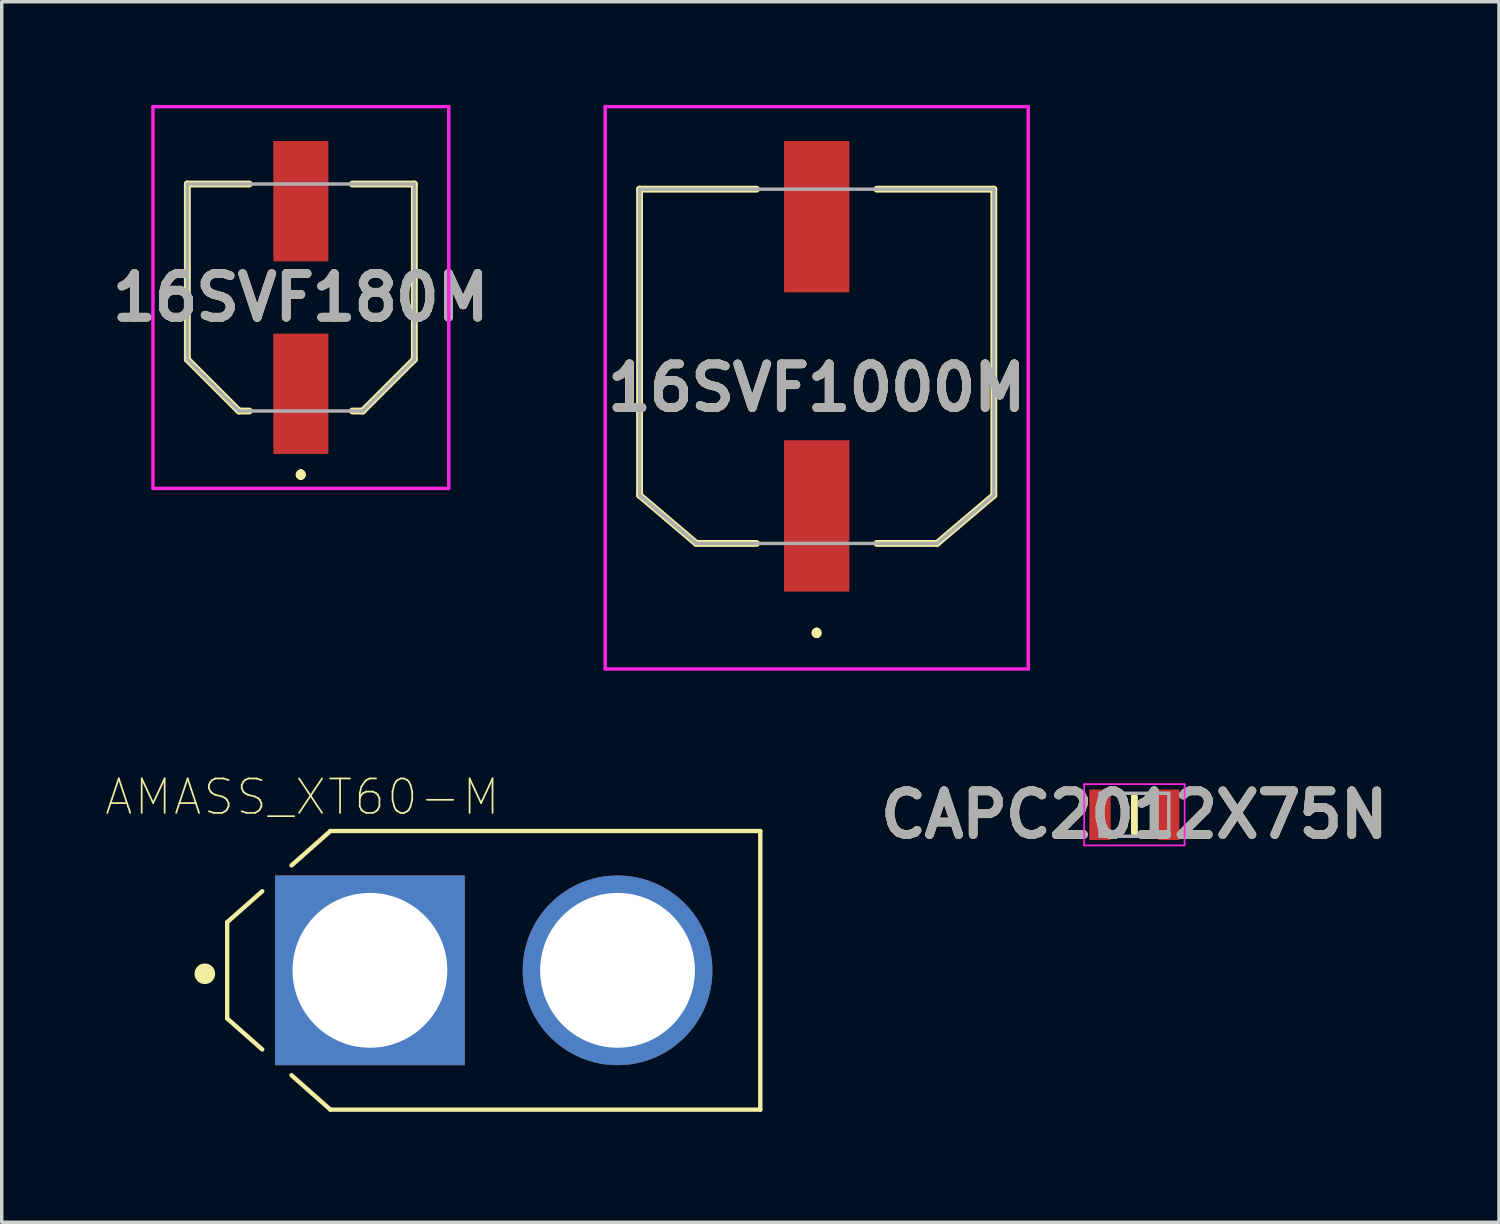
<source format=kicad_pcb>
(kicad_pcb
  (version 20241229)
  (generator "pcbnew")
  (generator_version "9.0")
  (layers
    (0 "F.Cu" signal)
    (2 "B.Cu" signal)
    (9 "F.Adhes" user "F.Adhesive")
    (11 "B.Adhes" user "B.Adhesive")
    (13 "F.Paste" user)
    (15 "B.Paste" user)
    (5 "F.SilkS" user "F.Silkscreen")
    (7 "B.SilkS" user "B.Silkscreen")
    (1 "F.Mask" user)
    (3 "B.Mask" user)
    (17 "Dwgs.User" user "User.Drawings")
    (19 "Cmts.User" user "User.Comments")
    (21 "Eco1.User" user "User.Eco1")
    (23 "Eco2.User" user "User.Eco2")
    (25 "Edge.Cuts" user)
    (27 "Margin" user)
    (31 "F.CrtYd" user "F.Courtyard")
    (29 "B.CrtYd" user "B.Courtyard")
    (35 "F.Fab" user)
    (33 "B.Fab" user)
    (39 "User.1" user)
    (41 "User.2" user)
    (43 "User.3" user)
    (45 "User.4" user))
  (footprint "16SVF180M"
    (layer "F.Cu")
    (at 5.697 5.6)
    (property "Reference" "16SVF180M" (at 0 0 0) (layer "F.SilkS") (effects (font (size 1.27 1.27) (thickness 0.254))))
    (attr smd)
    (fp_line (start -3.3 -3.3) (end -3.3 1.8) (stroke (width 0.2) (type solid)) (layer "F.SilkS"))
    (fp_line (start -3.3 1.8) (end -1.8 3.3) (stroke (width 0.2) (type solid)) (layer "F.SilkS"))
    (fp_line (start -1.8 3.3) (end -1.5 3.3) (stroke (width 0.2) (type solid)) (layer "F.SilkS"))
    (fp_line (start -1.5 -3.3) (end -3.3 -3.3) (stroke (width 0.2) (type solid)) (layer "F.SilkS"))
    (fp_line (start 0 5.1) (end 0 5.1) (stroke (width 0.2) (type solid)) (layer "F.SilkS"))
    (fp_line (start 0 5.1) (end 0 5.1) (stroke (width 0.2) (type solid)) (layer "F.SilkS"))
    (fp_line (start 0 5.2) (end 0 5.2) (stroke (width 0.2) (type solid)) (layer "F.SilkS"))
    (fp_line (start 1.5 3.3) (end 1.8 3.3) (stroke (width 0.2) (type solid)) (layer "F.SilkS"))
    (fp_line (start 1.8 3.3) (end 3.3 1.8) (stroke (width 0.2) (type solid)) (layer "F.SilkS"))
    (fp_line (start 3.3 -3.3) (end 1.5 -3.3) (stroke (width 0.2) (type solid)) (layer "F.SilkS"))
    (fp_line (start 3.3 1.8) (end 3.3 -3.3) (stroke (width 0.2) (type solid)) (layer "F.SilkS"))
    (fp_arc (start 0 5.1) (mid 0.05 5.15) (end 0 5.2) (stroke (width 0.2) (type solid)) (layer "F.SilkS"))
    (fp_arc (start 0 5.2) (mid -0.05 5.15) (end 0 5.1) (stroke (width 0.2) (type solid)) (layer "F.SilkS"))
    (fp_arc (start 0 5.2) (mid -0.05 5.15) (end 0 5.1) (stroke (width 0.2) (type solid)) (layer "F.SilkS"))
    (fp_line (start -4.3 -5.55) (end 4.3 -5.55) (stroke (width 0.1) (type solid)) (layer "F.CrtYd"))
    (fp_line (start -4.3 5.55) (end -4.3 -5.55) (stroke (width 0.1) (type solid)) (layer "F.CrtYd"))
    (fp_line (start 4.3 -5.55) (end 4.3 5.55) (stroke (width 0.1) (type solid)) (layer "F.CrtYd"))
    (fp_line (start 4.3 5.55) (end -4.3 5.55) (stroke (width 0.1) (type solid)) (layer "F.CrtYd"))
    (fp_line (start -3.3 -3.3) (end -3.3 -2.7) (stroke (width 0.1) (type solid)) (layer "F.Fab"))
    (fp_line (start -3.3 -2.7) (end -3.3 1.8) (stroke (width 0.1) (type solid)) (layer "F.Fab"))
    (fp_line (start -3.3 1.8) (end -1.8 3.3) (stroke (width 0.1) (type solid)) (layer "F.Fab"))
    (fp_line (start -1.8 3.3) (end 1.8 3.3) (stroke (width 0.1) (type solid)) (layer "F.Fab"))
    (fp_line (start 1.8 3.3) (end 3.3 1.8) (stroke (width 0.1) (type solid)) (layer "F.Fab"))
    (fp_line (start 3.3 -3.3) (end -3.3 -3.3) (stroke (width 0.1) (type solid)) (layer "F.Fab"))
    (fp_line (start 3.3 1.8) (end 3.3 -3.3) (stroke (width 0.1) (type solid)) (layer "F.Fab"))
    (fp_text user "${REFERENCE}" (at 0 0 0) (layer "F.Fab") (effects (font (size 1.27 1.27) (thickness 0.254))))
    (pad "1" smd rect (at 0 2.8) (size 1.6 3.5) (layers "F.Cu" "F.Mask" "F.Paste"))
    (pad "2" smd rect (at 0 -2.8) (size 1.6 3.5) (layers "F.Cu" "F.Mask" "F.Paste")))
  (footprint "16SVF1000M"
    (layer "F.Cu")
    (at 20.695 7.6)
    (property "Reference" "16SVF1000M" (at 0 0.625 0) (layer "F.SilkS") (effects (font (size 1.27 1.27) (thickness 0.254))))
    (attr smd)
    (fp_line (start -5.15 -5.15) (end -1.75 -5.15) (stroke (width 0.2) (type solid)) (layer "F.SilkS"))
    (fp_line (start -5.15 3.75) (end -5.15 -5.15) (stroke (width 0.2) (type solid)) (layer "F.SilkS"))
    (fp_line (start -3.5 5.15) (end -5.15 3.75) (stroke (width 0.2) (type solid)) (layer "F.SilkS"))
    (fp_line (start -1.75 5.15) (end -3.5 5.15) (stroke (width 0.2) (type solid)) (layer "F.SilkS"))
    (fp_line (start 0 7.7) (end 0 7.7) (stroke (width 0.2) (type solid)) (layer "F.SilkS"))
    (fp_line (start 0 7.7) (end 0 7.7) (stroke (width 0.2) (type solid)) (layer "F.SilkS"))
    (fp_line (start 0 7.8) (end 0 7.8) (stroke (width 0.2) (type solid)) (layer "F.SilkS"))
    (fp_line (start 1.75 -5.15) (end 5.15 -5.15) (stroke (width 0.2) (type solid)) (layer "F.SilkS"))
    (fp_line (start 3.5 5.15) (end 1.75 5.15) (stroke (width 0.2) (type solid)) (layer "F.SilkS"))
    (fp_line (start 5.15 -5.15) (end 5.15 3.75) (stroke (width 0.2) (type solid)) (layer "F.SilkS"))
    (fp_line (start 5.15 3.75) (end 3.5 5.15) (stroke (width 0.2) (type solid)) (layer "F.SilkS"))
    (fp_arc (start 0 7.7) (mid 0.05 7.75) (end 0 7.8) (stroke (width 0.2) (type solid)) (layer "F.SilkS"))
    (fp_arc (start 0 7.8) (mid -0.05 7.75) (end 0 7.7) (stroke (width 0.2) (type solid)) (layer "F.SilkS"))
    (fp_arc (start 0 7.8) (mid -0.05 7.75) (end 0 7.7) (stroke (width 0.2) (type solid)) (layer "F.SilkS"))
    (fp_line (start -6.15 -7.55) (end 6.15 -7.55) (stroke (width 0.1) (type solid)) (layer "F.CrtYd"))
    (fp_line (start -6.15 8.8) (end -6.15 -7.55) (stroke (width 0.1) (type solid)) (layer "F.CrtYd"))
    (fp_line (start 6.15 -7.55) (end 6.15 8.8) (stroke (width 0.1) (type solid)) (layer "F.CrtYd"))
    (fp_line (start 6.15 8.8) (end -6.15 8.8) (stroke (width 0.1) (type solid)) (layer "F.CrtYd"))
    (fp_line (start -5.15 -5.15) (end -5.15 3.75) (stroke (width 0.1) (type solid)) (layer "F.Fab"))
    (fp_line (start -5.15 3.75) (end -3.5 5.15) (stroke (width 0.1) (type solid)) (layer "F.Fab"))
    (fp_line (start -5.15 3.75) (end -3.5 5.15) (stroke (width 0.1) (type solid)) (layer "F.Fab"))
    (fp_line (start -3.5 5.15) (end 3.5 5.15) (stroke (width 0.1) (type solid)) (layer "F.Fab"))
    (fp_line (start 3.5 5.15) (end 5.15 3.75) (stroke (width 0.1) (type solid)) (layer "F.Fab"))
    (fp_line (start 5.15 -5.15) (end -5.15 -5.15) (stroke (width 0.1) (type solid)) (layer "F.Fab"))
    (fp_line (start 5.15 3.75) (end 5.15 -5.15) (stroke (width 0.1) (type solid)) (layer "F.Fab"))
    (fp_text user "${REFERENCE}" (at 0 0.625 0) (layer "F.Fab") (effects (font (size 1.27 1.27) (thickness 0.254))))
    (pad "1" smd rect (at 0 4.35) (size 1.9 4.4) (layers "F.Cu" "F.Mask" "F.Paste"))
    (pad "2" smd rect (at 0 -4.35) (size 1.9 4.4) (layers "F.Cu" "F.Mask" "F.Paste")))
  (footprint "AMASS_XT60-M"
    (layer "F.Cu")
    (at 11.305 25.162)
    (property "Reference" "AMASS_XT60-M" (at -5.564 -5.038 0) (layer "F.SilkS") (effects (font (size 1.001 1.001) (thickness 0.05))))
    (attr through_hole)
    (fp_line (start -7.75 -1.4) (end -6.73 -2.3) (stroke (width 0.127) (type solid)) (layer "F.SilkS"))
    (fp_line (start -7.75 1.4) (end -7.75 -1.4) (stroke (width 0.127) (type solid)) (layer "F.SilkS"))
    (fp_line (start -7.75 1.4) (end -6.73 2.3) (stroke (width 0.127) (type solid)) (layer "F.SilkS"))
    (fp_line (start -4.75 -4.05) (end -5.88 -3.05) (stroke (width 0.127) (type solid)) (layer "F.SilkS"))
    (fp_line (start -4.75 -4.05) (end 7.75 -4.05) (stroke (width 0.127) (type solid)) (layer "F.SilkS"))
    (fp_line (start -4.75 4.05) (end -5.88 3.05) (stroke (width 0.127) (type solid)) (layer "F.SilkS"))
    (fp_line (start 7.75 -4.05) (end 7.75 4.05) (stroke (width 0.127) (type solid)) (layer "F.SilkS"))
    (fp_line (start 7.75 4.05) (end -4.75 4.05) (stroke (width 0.127) (type solid)) (layer "F.SilkS"))
    (fp_circle (center -8.4 0.1) (end -8.25 0.1) (stroke (width 0.3) (type solid)) (fill no) (layer "F.SilkS"))
    (fp_line (start -8 -4.3) (end 8 -4.3) (stroke (width 0.05) (type solid)) (layer "Eco1.User"))
    (fp_line (start -8 4.3) (end -8 -4.3) (stroke (width 0.05) (type solid)) (layer "Eco1.User"))
    (fp_line (start 8 -4.3) (end 8 4.3) (stroke (width 0.05) (type solid)) (layer "Eco1.User"))
    (fp_line (start 8 4.3) (end -8 4.3) (stroke (width 0.05) (type solid)) (layer "Eco1.User"))
    (fp_line (start -7.75 1.4) (end -7.75 -1.4) (stroke (width 0.127) (type solid)) (layer "Eco2.User"))
    (fp_line (start -4.75 -4.05) (end -7.75 -1.4) (stroke (width 0.127) (type solid)) (layer "Eco2.User"))
    (fp_line (start -4.75 -4.05) (end 7.75 -4.05) (stroke (width 0.127) (type solid)) (layer "Eco2.User"))
    (fp_line (start -4.75 4.05) (end -7.75 1.4) (stroke (width 0.127) (type solid)) (layer "Eco2.User"))
    (fp_line (start 7.75 -4.05) (end 7.75 4.05) (stroke (width 0.127) (type solid)) (layer "Eco2.User"))
    (fp_line (start 7.75 4.05) (end -4.75 4.05) (stroke (width 0.127) (type solid)) (layer "Eco2.User"))
    (pad "1" thru_hole rect (at -3.6 0) (size 5.516 5.516) (drill 4.5) (layers "*.Cu" "*.Mask"))
    (pad "2" thru_hole circle (at 3.6 0) (size 5.516 5.516) (drill 4.5) (layers "*.Cu" "*.Mask")))
  (footprint "CAPC2012X75N"
    (layer "F.Cu")
    (at 29.932 20.639)
    (property "Reference" "CAPC2012X75N" (at 0 0 0) (layer "F.SilkS") (effects (font (size 1.27 1.27) (thickness 0.254))))
    (attr smd)
    (fp_line (start 0 -0.525) (end 0 0.525) (stroke (width 0.2) (type solid)) (layer "F.SilkS"))
    (fp_line (start -1.46 -0.89) (end 1.46 -0.89) (stroke (width 0.05) (type solid)) (layer "F.CrtYd"))
    (fp_line (start -1.46 0.89) (end -1.46 -0.89) (stroke (width 0.05) (type solid)) (layer "F.CrtYd"))
    (fp_line (start 1.46 -0.89) (end 1.46 0.89) (stroke (width 0.05) (type solid)) (layer "F.CrtYd"))
    (fp_line (start 1.46 0.89) (end -1.46 0.89) (stroke (width 0.05) (type solid)) (layer "F.CrtYd"))
    (fp_line (start -1 -0.625) (end 1 -0.625) (stroke (width 0.1) (type solid)) (layer "F.Fab"))
    (fp_line (start -1 0.625) (end -1 -0.625) (stroke (width 0.1) (type solid)) (layer "F.Fab"))
    (fp_line (start 1 -0.625) (end 1 0.625) (stroke (width 0.1) (type solid)) (layer "F.Fab"))
    (fp_line (start 1 0.625) (end -1 0.625) (stroke (width 0.1) (type solid)) (layer "F.Fab"))
    (fp_text user "${REFERENCE}" (at 0 0 0) (layer "F.Fab") (effects (font (size 1.27 1.27) (thickness 0.254))))
    (pad "1" smd rect (at -1 0) (size 0.62 1.47) (layers "F.Cu" "F.Mask" "F.Paste"))
    (pad "2" smd rect (at 1 0) (size 0.62 1.47) (layers "F.Cu" "F.Mask" "F.Paste")))
  (gr_rect
    (start -3 -3)
    (end 40.533 32.487)
    (stroke (width 0.1) (type default))
    (fill no)
    (layer "Edge.Cuts")))
</source>
